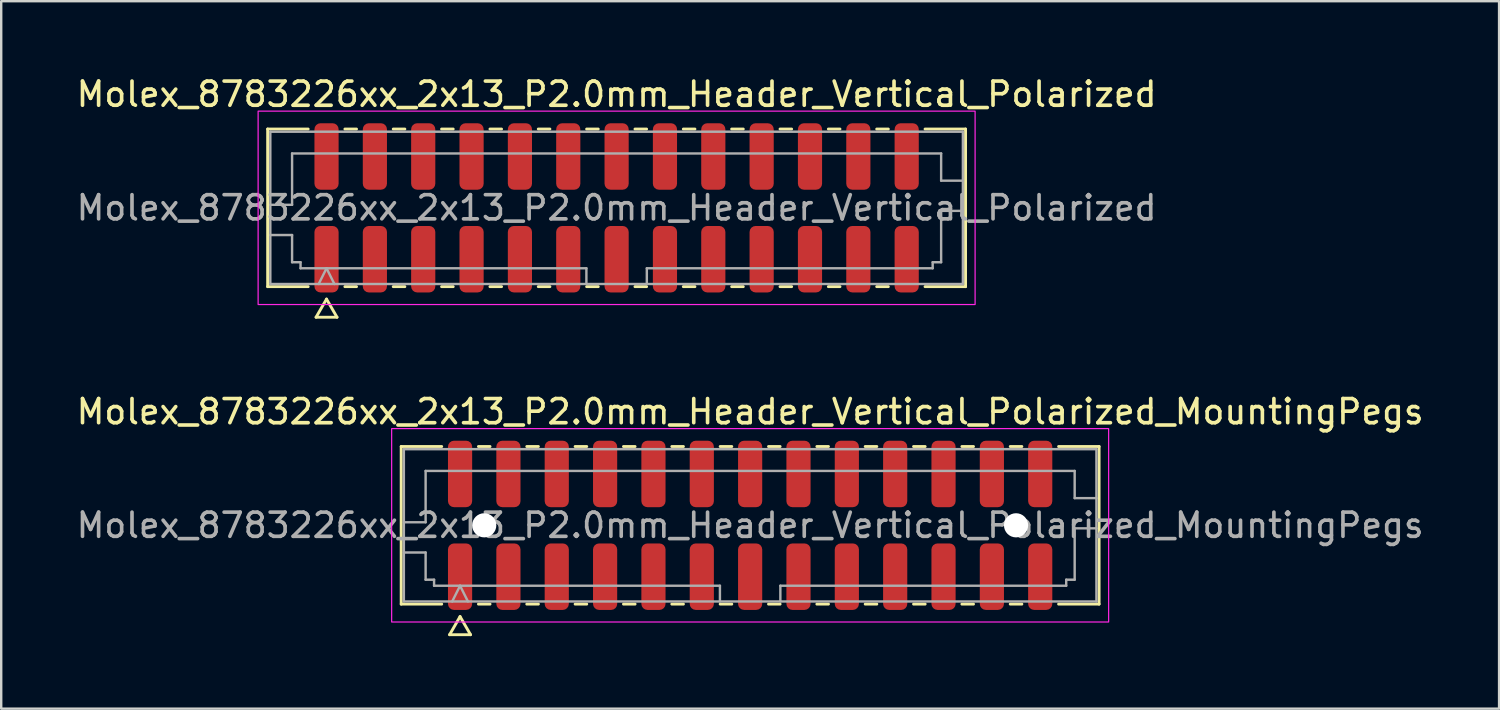
<source format=kicad_pcb>
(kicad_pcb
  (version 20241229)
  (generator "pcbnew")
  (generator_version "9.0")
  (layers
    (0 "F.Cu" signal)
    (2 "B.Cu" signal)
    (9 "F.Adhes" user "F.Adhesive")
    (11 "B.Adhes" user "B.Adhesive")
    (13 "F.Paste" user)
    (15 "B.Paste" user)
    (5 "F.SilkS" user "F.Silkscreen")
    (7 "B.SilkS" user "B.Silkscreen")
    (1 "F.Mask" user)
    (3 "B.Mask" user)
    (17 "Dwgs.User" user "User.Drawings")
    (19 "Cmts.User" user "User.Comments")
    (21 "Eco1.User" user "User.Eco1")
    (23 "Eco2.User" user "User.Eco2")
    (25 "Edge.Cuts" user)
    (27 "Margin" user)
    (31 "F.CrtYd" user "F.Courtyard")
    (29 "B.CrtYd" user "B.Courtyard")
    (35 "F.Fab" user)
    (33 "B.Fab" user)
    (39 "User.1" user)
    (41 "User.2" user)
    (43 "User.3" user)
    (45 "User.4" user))
  (footprint "Molex_8783226xx_2x13_P2.0mm_Header_Vertical_Polarized"
    (layer "F.Cu")
    (at 22.458 5.548)
    (property "Reference" "Molex_8783226xx_2x13_P2.0mm_Header_Vertical_Polarized" (at 0 -4.7 0) (layer "F.SilkS") (effects (font (size 1 1) (thickness 0.15))))
    (attr smd)
    (fp_line (start -14.435 -3.26) (end -12.76 -3.26) (stroke (width 0.12) (type solid)) (layer "F.SilkS"))
    (fp_line (start -14.435 3.26) (end -14.435 -3.26) (stroke (width 0.12) (type solid)) (layer "F.SilkS"))
    (fp_line (start -12.76 3.26) (end -14.435 3.26) (stroke (width 0.12) (type solid)) (layer "F.SilkS"))
    (fp_line (start -12.433 4.525) (end -12 3.775) (stroke (width 0.12) (type solid)) (layer "F.SilkS"))
    (fp_line (start -12 3.775) (end -11.567 4.525) (stroke (width 0.12) (type solid)) (layer "F.SilkS"))
    (fp_line (start -11.567 4.525) (end -12.433 4.525) (stroke (width 0.12) (type solid)) (layer "F.SilkS"))
    (fp_line (start -11.24 -3.26) (end -10.76 -3.26) (stroke (width 0.12) (type solid)) (layer "F.SilkS"))
    (fp_line (start -10.76 3.26) (end -11.24 3.26) (stroke (width 0.12) (type solid)) (layer "F.SilkS"))
    (fp_line (start -9.24 -3.26) (end -8.76 -3.26) (stroke (width 0.12) (type solid)) (layer "F.SilkS"))
    (fp_line (start -8.76 3.26) (end -9.24 3.26) (stroke (width 0.12) (type solid)) (layer "F.SilkS"))
    (fp_line (start -7.24 -3.26) (end -6.76 -3.26) (stroke (width 0.12) (type solid)) (layer "F.SilkS"))
    (fp_line (start -6.76 3.26) (end -7.24 3.26) (stroke (width 0.12) (type solid)) (layer "F.SilkS"))
    (fp_line (start -5.24 -3.26) (end -4.76 -3.26) (stroke (width 0.12) (type solid)) (layer "F.SilkS"))
    (fp_line (start -4.76 3.26) (end -5.24 3.26) (stroke (width 0.12) (type solid)) (layer "F.SilkS"))
    (fp_line (start -3.24 -3.26) (end -2.76 -3.26) (stroke (width 0.12) (type solid)) (layer "F.SilkS"))
    (fp_line (start -2.76 3.26) (end -3.24 3.26) (stroke (width 0.12) (type solid)) (layer "F.SilkS"))
    (fp_line (start -1.24 -3.26) (end -0.76 -3.26) (stroke (width 0.12) (type solid)) (layer "F.SilkS"))
    (fp_line (start -0.76 3.26) (end -1.24 3.26) (stroke (width 0.12) (type solid)) (layer "F.SilkS"))
    (fp_line (start 0.76 -3.26) (end 1.24 -3.26) (stroke (width 0.12) (type solid)) (layer "F.SilkS"))
    (fp_line (start 1.24 3.26) (end 0.76 3.26) (stroke (width 0.12) (type solid)) (layer "F.SilkS"))
    (fp_line (start 2.76 -3.26) (end 3.24 -3.26) (stroke (width 0.12) (type solid)) (layer "F.SilkS"))
    (fp_line (start 3.24 3.26) (end 2.76 3.26) (stroke (width 0.12) (type solid)) (layer "F.SilkS"))
    (fp_line (start 4.76 -3.26) (end 5.24 -3.26) (stroke (width 0.12) (type solid)) (layer "F.SilkS"))
    (fp_line (start 5.24 3.26) (end 4.76 3.26) (stroke (width 0.12) (type solid)) (layer "F.SilkS"))
    (fp_line (start 6.76 -3.26) (end 7.24 -3.26) (stroke (width 0.12) (type solid)) (layer "F.SilkS"))
    (fp_line (start 7.24 3.26) (end 6.76 3.26) (stroke (width 0.12) (type solid)) (layer "F.SilkS"))
    (fp_line (start 8.76 -3.26) (end 9.24 -3.26) (stroke (width 0.12) (type solid)) (layer "F.SilkS"))
    (fp_line (start 9.24 3.26) (end 8.76 3.26) (stroke (width 0.12) (type solid)) (layer "F.SilkS"))
    (fp_line (start 10.76 -3.26) (end 11.24 -3.26) (stroke (width 0.12) (type solid)) (layer "F.SilkS"))
    (fp_line (start 11.24 3.26) (end 10.76 3.26) (stroke (width 0.12) (type solid)) (layer "F.SilkS"))
    (fp_line (start 12.76 -3.26) (end 14.435 -3.26) (stroke (width 0.12) (type solid)) (layer "F.SilkS"))
    (fp_line (start 14.435 -3.26) (end 14.435 3.26) (stroke (width 0.12) (type solid)) (layer "F.SilkS"))
    (fp_line (start 14.435 3.26) (end 12.76 3.26) (stroke (width 0.12) (type solid)) (layer "F.SilkS"))
    (fp_rect (start -14.83 -4) (end 14.83 4) (stroke (width 0.05) (type solid)) (fill no) (layer "F.CrtYd"))
    (fp_line (start -14.325 -3.15) (end 14.325 -3.15) (stroke (width 0.1) (type solid)) (layer "F.Fab"))
    (fp_line (start -14.325 -0.125) (end -13.425 -0.125) (stroke (width 0.1) (type solid)) (layer "F.Fab"))
    (fp_line (start -14.325 1.125) (end -13.425 1.125) (stroke (width 0.1) (type solid)) (layer "F.Fab"))
    (fp_line (start -14.325 3.15) (end -14.325 -3.15) (stroke (width 0.1) (type solid)) (layer "F.Fab"))
    (fp_line (start -13.425 -2.25) (end 13.425 -2.25) (stroke (width 0.1) (type solid)) (layer "F.Fab"))
    (fp_line (start -13.425 -0.125) (end -13.425 -2.25) (stroke (width 0.1) (type solid)) (layer "F.Fab"))
    (fp_line (start -13.425 1.125) (end -13.425 2.25) (stroke (width 0.1) (type solid)) (layer "F.Fab"))
    (fp_line (start -13.425 2.25) (end -13.075 2.25) (stroke (width 0.1) (type solid)) (layer "F.Fab"))
    (fp_line (start -13.075 2.25) (end -13.075 2.5) (stroke (width 0.1) (type solid)) (layer "F.Fab"))
    (fp_line (start -13.075 2.5) (end -1.25 2.5) (stroke (width 0.1) (type solid)) (layer "F.Fab"))
    (fp_line (start -12.325 3.15) (end -12 2.5) (stroke (width 0.1) (type solid)) (layer "F.Fab"))
    (fp_line (start -12 2.5) (end -11.675 3.15) (stroke (width 0.1) (type solid)) (layer "F.Fab"))
    (fp_line (start -1.25 2.5) (end -1.25 3.15) (stroke (width 0.1) (type solid)) (layer "F.Fab"))
    (fp_line (start 1.25 2.5) (end 1.25 3.15) (stroke (width 0.1) (type solid)) (layer "F.Fab"))
    (fp_line (start 1.25 2.5) (end 13.075 2.5) (stroke (width 0.1) (type solid)) (layer "F.Fab"))
    (fp_line (start 13.075 2.25) (end 13.425 2.25) (stroke (width 0.1) (type solid)) (layer "F.Fab"))
    (fp_line (start 13.075 2.5) (end 13.075 2.25) (stroke (width 0.1) (type solid)) (layer "F.Fab"))
    (fp_line (start 13.425 -2.25) (end 13.425 -1.125) (stroke (width 0.1) (type solid)) (layer "F.Fab"))
    (fp_line (start 13.425 -1.125) (end 14.325 -1.125) (stroke (width 0.1) (type solid)) (layer "F.Fab"))
    (fp_line (start 13.425 0.125) (end 14.325 0.125) (stroke (width 0.1) (type solid)) (layer "F.Fab"))
    (fp_line (start 13.425 2.25) (end 13.425 0.125) (stroke (width 0.1) (type solid)) (layer "F.Fab"))
    (fp_line (start 14.325 -3.15) (end 14.325 3.15) (stroke (width 0.1) (type solid)) (layer "F.Fab"))
    (fp_line (start 14.325 3.15) (end -14.325 3.15) (stroke (width 0.1) (type solid)) (layer "F.Fab"))
    (fp_text user "${REFERENCE}" (at 0 0 0) (layer "F.Fab") (effects (font (size 1 1) (thickness 0.15))))
    (pad "1" smd roundrect (at -12 2.125) (size 1 2.75) (layers "F.Cu" "F.Mask" "F.Paste") (roundrect_rratio 0.25))
    (pad "2" smd roundrect (at -12 -2.125) (size 1 2.75) (layers "F.Cu" "F.Mask" "F.Paste") (roundrect_rratio 0.25))
    (pad "3" smd roundrect (at -10 2.125) (size 1 2.75) (layers "F.Cu" "F.Mask" "F.Paste") (roundrect_rratio 0.25))
    (pad "4" smd roundrect (at -10 -2.125) (size 1 2.75) (layers "F.Cu" "F.Mask" "F.Paste") (roundrect_rratio 0.25))
    (pad "5" smd roundrect (at -8 2.125) (size 1 2.75) (layers "F.Cu" "F.Mask" "F.Paste") (roundrect_rratio 0.25))
    (pad "6" smd roundrect (at -8 -2.125) (size 1 2.75) (layers "F.Cu" "F.Mask" "F.Paste") (roundrect_rratio 0.25))
    (pad "7" smd roundrect (at -6 2.125) (size 1 2.75) (layers "F.Cu" "F.Mask" "F.Paste") (roundrect_rratio 0.25))
    (pad "8" smd roundrect (at -6 -2.125) (size 1 2.75) (layers "F.Cu" "F.Mask" "F.Paste") (roundrect_rratio 0.25))
    (pad "9" smd roundrect (at -4 2.125) (size 1 2.75) (layers "F.Cu" "F.Mask" "F.Paste") (roundrect_rratio 0.25))
    (pad "10" smd roundrect (at -4 -2.125) (size 1 2.75) (layers "F.Cu" "F.Mask" "F.Paste") (roundrect_rratio 0.25))
    (pad "11" smd roundrect (at -2 2.125) (size 1 2.75) (layers "F.Cu" "F.Mask" "F.Paste") (roundrect_rratio 0.25))
    (pad "12" smd roundrect (at -2 -2.125) (size 1 2.75) (layers "F.Cu" "F.Mask" "F.Paste") (roundrect_rratio 0.25))
    (pad "13" smd roundrect (at 0 2.125) (size 1 2.75) (layers "F.Cu" "F.Mask" "F.Paste") (roundrect_rratio 0.25))
    (pad "14" smd roundrect (at 0 -2.125) (size 1 2.75) (layers "F.Cu" "F.Mask" "F.Paste") (roundrect_rratio 0.25))
    (pad "15" smd roundrect (at 2 2.125) (size 1 2.75) (layers "F.Cu" "F.Mask" "F.Paste") (roundrect_rratio 0.25))
    (pad "16" smd roundrect (at 2 -2.125) (size 1 2.75) (layers "F.Cu" "F.Mask" "F.Paste") (roundrect_rratio 0.25))
    (pad "17" smd roundrect (at 4 2.125) (size 1 2.75) (layers "F.Cu" "F.Mask" "F.Paste") (roundrect_rratio 0.25))
    (pad "18" smd roundrect (at 4 -2.125) (size 1 2.75) (layers "F.Cu" "F.Mask" "F.Paste") (roundrect_rratio 0.25))
    (pad "19" smd roundrect (at 6 2.125) (size 1 2.75) (layers "F.Cu" "F.Mask" "F.Paste") (roundrect_rratio 0.25))
    (pad "20" smd roundrect (at 6 -2.125) (size 1 2.75) (layers "F.Cu" "F.Mask" "F.Paste") (roundrect_rratio 0.25))
    (pad "21" smd roundrect (at 8 2.125) (size 1 2.75) (layers "F.Cu" "F.Mask" "F.Paste") (roundrect_rratio 0.25))
    (pad "22" smd roundrect (at 8 -2.125) (size 1 2.75) (layers "F.Cu" "F.Mask" "F.Paste") (roundrect_rratio 0.25))
    (pad "23" smd roundrect (at 10 2.125) (size 1 2.75) (layers "F.Cu" "F.Mask" "F.Paste") (roundrect_rratio 0.25))
    (pad "24" smd roundrect (at 10 -2.125) (size 1 2.75) (layers "F.Cu" "F.Mask" "F.Paste") (roundrect_rratio 0.25))
    (pad "25" smd roundrect (at 12 2.125) (size 1 2.75) (layers "F.Cu" "F.Mask" "F.Paste") (roundrect_rratio 0.25))
    (pad "26" smd roundrect (at 12 -2.125) (size 1 2.75) (layers "F.Cu" "F.Mask" "F.Paste") (roundrect_rratio 0.25)))
  (footprint "Molex_8783226xx_2x13_P2.0mm_Header_Vertical_Polarized_MountingPegs"
    (layer "F.Cu")
    (at 27.982 18.681)
    (property "Reference" "Molex_8783226xx_2x13_P2.0mm_Header_Vertical_Polarized_MountingPegs" (at 0 -4.7 0) (layer "F.SilkS") (effects (font (size 1 1) (thickness 0.15))))
    (attr smd)
    (fp_line (start -14.435 -3.26) (end -12.76 -3.26) (stroke (width 0.12) (type solid)) (layer "F.SilkS"))
    (fp_line (start -14.435 3.26) (end -14.435 -3.26) (stroke (width 0.12) (type solid)) (layer "F.SilkS"))
    (fp_line (start -12.76 3.26) (end -14.435 3.26) (stroke (width 0.12) (type solid)) (layer "F.SilkS"))
    (fp_line (start -12.433 4.525) (end -12 3.775) (stroke (width 0.12) (type solid)) (layer "F.SilkS"))
    (fp_line (start -12 3.775) (end -11.567 4.525) (stroke (width 0.12) (type solid)) (layer "F.SilkS"))
    (fp_line (start -11.567 4.525) (end -12.433 4.525) (stroke (width 0.12) (type solid)) (layer "F.SilkS"))
    (fp_line (start -11.24 -3.26) (end -10.76 -3.26) (stroke (width 0.12) (type solid)) (layer "F.SilkS"))
    (fp_line (start -10.76 3.26) (end -11.24 3.26) (stroke (width 0.12) (type solid)) (layer "F.SilkS"))
    (fp_line (start -9.24 -3.26) (end -8.76 -3.26) (stroke (width 0.12) (type solid)) (layer "F.SilkS"))
    (fp_line (start -8.76 3.26) (end -9.24 3.26) (stroke (width 0.12) (type solid)) (layer "F.SilkS"))
    (fp_line (start -7.24 -3.26) (end -6.76 -3.26) (stroke (width 0.12) (type solid)) (layer "F.SilkS"))
    (fp_line (start -6.76 3.26) (end -7.24 3.26) (stroke (width 0.12) (type solid)) (layer "F.SilkS"))
    (fp_line (start -5.24 -3.26) (end -4.76 -3.26) (stroke (width 0.12) (type solid)) (layer "F.SilkS"))
    (fp_line (start -4.76 3.26) (end -5.24 3.26) (stroke (width 0.12) (type solid)) (layer "F.SilkS"))
    (fp_line (start -3.24 -3.26) (end -2.76 -3.26) (stroke (width 0.12) (type solid)) (layer "F.SilkS"))
    (fp_line (start -2.76 3.26) (end -3.24 3.26) (stroke (width 0.12) (type solid)) (layer "F.SilkS"))
    (fp_line (start -1.24 -3.26) (end -0.76 -3.26) (stroke (width 0.12) (type solid)) (layer "F.SilkS"))
    (fp_line (start -0.76 3.26) (end -1.24 3.26) (stroke (width 0.12) (type solid)) (layer "F.SilkS"))
    (fp_line (start 0.76 -3.26) (end 1.24 -3.26) (stroke (width 0.12) (type solid)) (layer "F.SilkS"))
    (fp_line (start 1.24 3.26) (end 0.76 3.26) (stroke (width 0.12) (type solid)) (layer "F.SilkS"))
    (fp_line (start 2.76 -3.26) (end 3.24 -3.26) (stroke (width 0.12) (type solid)) (layer "F.SilkS"))
    (fp_line (start 3.24 3.26) (end 2.76 3.26) (stroke (width 0.12) (type solid)) (layer "F.SilkS"))
    (fp_line (start 4.76 -3.26) (end 5.24 -3.26) (stroke (width 0.12) (type solid)) (layer "F.SilkS"))
    (fp_line (start 5.24 3.26) (end 4.76 3.26) (stroke (width 0.12) (type solid)) (layer "F.SilkS"))
    (fp_line (start 6.76 -3.26) (end 7.24 -3.26) (stroke (width 0.12) (type solid)) (layer "F.SilkS"))
    (fp_line (start 7.24 3.26) (end 6.76 3.26) (stroke (width 0.12) (type solid)) (layer "F.SilkS"))
    (fp_line (start 8.76 -3.26) (end 9.24 -3.26) (stroke (width 0.12) (type solid)) (layer "F.SilkS"))
    (fp_line (start 9.24 3.26) (end 8.76 3.26) (stroke (width 0.12) (type solid)) (layer "F.SilkS"))
    (fp_line (start 10.76 -3.26) (end 11.24 -3.26) (stroke (width 0.12) (type solid)) (layer "F.SilkS"))
    (fp_line (start 11.24 3.26) (end 10.76 3.26) (stroke (width 0.12) (type solid)) (layer "F.SilkS"))
    (fp_line (start 12.76 -3.26) (end 14.435 -3.26) (stroke (width 0.12) (type solid)) (layer "F.SilkS"))
    (fp_line (start 14.435 -3.26) (end 14.435 3.26) (stroke (width 0.12) (type solid)) (layer "F.SilkS"))
    (fp_line (start 14.435 3.26) (end 12.76 3.26) (stroke (width 0.12) (type solid)) (layer "F.SilkS"))
    (fp_rect (start -14.83 -4) (end 14.83 4) (stroke (width 0.05) (type solid)) (fill no) (layer "F.CrtYd"))
    (fp_line (start -14.325 -3.15) (end 14.325 -3.15) (stroke (width 0.1) (type solid)) (layer "F.Fab"))
    (fp_line (start -14.325 -0.125) (end -13.425 -0.125) (stroke (width 0.1) (type solid)) (layer "F.Fab"))
    (fp_line (start -14.325 1.125) (end -13.425 1.125) (stroke (width 0.1) (type solid)) (layer "F.Fab"))
    (fp_line (start -14.325 3.15) (end -14.325 -3.15) (stroke (width 0.1) (type solid)) (layer "F.Fab"))
    (fp_line (start -13.425 -2.25) (end 13.425 -2.25) (stroke (width 0.1) (type solid)) (layer "F.Fab"))
    (fp_line (start -13.425 -0.125) (end -13.425 -2.25) (stroke (width 0.1) (type solid)) (layer "F.Fab"))
    (fp_line (start -13.425 1.125) (end -13.425 2.25) (stroke (width 0.1) (type solid)) (layer "F.Fab"))
    (fp_line (start -13.425 2.25) (end -13.075 2.25) (stroke (width 0.1) (type solid)) (layer "F.Fab"))
    (fp_line (start -13.075 2.25) (end -13.075 2.5) (stroke (width 0.1) (type solid)) (layer "F.Fab"))
    (fp_line (start -13.075 2.5) (end -1.25 2.5) (stroke (width 0.1) (type solid)) (layer "F.Fab"))
    (fp_line (start -12.325 3.15) (end -12 2.5) (stroke (width 0.1) (type solid)) (layer "F.Fab"))
    (fp_line (start -12 2.5) (end -11.675 3.15) (stroke (width 0.1) (type solid)) (layer "F.Fab"))
    (fp_line (start -1.25 2.5) (end -1.25 3.15) (stroke (width 0.1) (type solid)) (layer "F.Fab"))
    (fp_line (start 1.25 2.5) (end 1.25 3.15) (stroke (width 0.1) (type solid)) (layer "F.Fab"))
    (fp_line (start 1.25 2.5) (end 13.075 2.5) (stroke (width 0.1) (type solid)) (layer "F.Fab"))
    (fp_line (start 13.075 2.25) (end 13.425 2.25) (stroke (width 0.1) (type solid)) (layer "F.Fab"))
    (fp_line (start 13.075 2.5) (end 13.075 2.25) (stroke (width 0.1) (type solid)) (layer "F.Fab"))
    (fp_line (start 13.425 -2.25) (end 13.425 -1.125) (stroke (width 0.1) (type solid)) (layer "F.Fab"))
    (fp_line (start 13.425 -1.125) (end 14.325 -1.125) (stroke (width 0.1) (type solid)) (layer "F.Fab"))
    (fp_line (start 13.425 0.125) (end 14.325 0.125) (stroke (width 0.1) (type solid)) (layer "F.Fab"))
    (fp_line (start 13.425 2.25) (end 13.425 0.125) (stroke (width 0.1) (type solid)) (layer "F.Fab"))
    (fp_line (start 14.325 -3.15) (end 14.325 3.15) (stroke (width 0.1) (type solid)) (layer "F.Fab"))
    (fp_line (start 14.325 3.15) (end -14.325 3.15) (stroke (width 0.1) (type solid)) (layer "F.Fab"))
    (fp_text user "${REFERENCE}" (at 0 0 0) (layer "F.Fab") (effects (font (size 1 1) (thickness 0.15))))
    (pad "" np_thru_hole circle (at -11 0) (size 1 1) (drill 1) (layers "*.Cu" "*.Mask"))
    (pad "" np_thru_hole circle (at 11 0) (size 1 1) (drill 1) (layers "*.Cu" "*.Mask"))
    (pad "1" smd roundrect (at -12 2.125) (size 1 2.75) (layers "F.Cu" "F.Mask" "F.Paste") (roundrect_rratio 0.25))
    (pad "2" smd roundrect (at -12 -2.125) (size 1 2.75) (layers "F.Cu" "F.Mask" "F.Paste") (roundrect_rratio 0.25))
    (pad "3" smd roundrect (at -10 2.125) (size 1 2.75) (layers "F.Cu" "F.Mask" "F.Paste") (roundrect_rratio 0.25))
    (pad "4" smd roundrect (at -10 -2.125) (size 1 2.75) (layers "F.Cu" "F.Mask" "F.Paste") (roundrect_rratio 0.25))
    (pad "5" smd roundrect (at -8 2.125) (size 1 2.75) (layers "F.Cu" "F.Mask" "F.Paste") (roundrect_rratio 0.25))
    (pad "6" smd roundrect (at -8 -2.125) (size 1 2.75) (layers "F.Cu" "F.Mask" "F.Paste") (roundrect_rratio 0.25))
    (pad "7" smd roundrect (at -6 2.125) (size 1 2.75) (layers "F.Cu" "F.Mask" "F.Paste") (roundrect_rratio 0.25))
    (pad "8" smd roundrect (at -6 -2.125) (size 1 2.75) (layers "F.Cu" "F.Mask" "F.Paste") (roundrect_rratio 0.25))
    (pad "9" smd roundrect (at -4 2.125) (size 1 2.75) (layers "F.Cu" "F.Mask" "F.Paste") (roundrect_rratio 0.25))
    (pad "10" smd roundrect (at -4 -2.125) (size 1 2.75) (layers "F.Cu" "F.Mask" "F.Paste") (roundrect_rratio 0.25))
    (pad "11" smd roundrect (at -2 2.125) (size 1 2.75) (layers "F.Cu" "F.Mask" "F.Paste") (roundrect_rratio 0.25))
    (pad "12" smd roundrect (at -2 -2.125) (size 1 2.75) (layers "F.Cu" "F.Mask" "F.Paste") (roundrect_rratio 0.25))
    (pad "13" smd roundrect (at 0 2.125) (size 1 2.75) (layers "F.Cu" "F.Mask" "F.Paste") (roundrect_rratio 0.25))
    (pad "14" smd roundrect (at 0 -2.125) (size 1 2.75) (layers "F.Cu" "F.Mask" "F.Paste") (roundrect_rratio 0.25))
    (pad "15" smd roundrect (at 2 2.125) (size 1 2.75) (layers "F.Cu" "F.Mask" "F.Paste") (roundrect_rratio 0.25))
    (pad "16" smd roundrect (at 2 -2.125) (size 1 2.75) (layers "F.Cu" "F.Mask" "F.Paste") (roundrect_rratio 0.25))
    (pad "17" smd roundrect (at 4 2.125) (size 1 2.75) (layers "F.Cu" "F.Mask" "F.Paste") (roundrect_rratio 0.25))
    (pad "18" smd roundrect (at 4 -2.125) (size 1 2.75) (layers "F.Cu" "F.Mask" "F.Paste") (roundrect_rratio 0.25))
    (pad "19" smd roundrect (at 6 2.125) (size 1 2.75) (layers "F.Cu" "F.Mask" "F.Paste") (roundrect_rratio 0.25))
    (pad "20" smd roundrect (at 6 -2.125) (size 1 2.75) (layers "F.Cu" "F.Mask" "F.Paste") (roundrect_rratio 0.25))
    (pad "21" smd roundrect (at 8 2.125) (size 1 2.75) (layers "F.Cu" "F.Mask" "F.Paste") (roundrect_rratio 0.25))
    (pad "22" smd roundrect (at 8 -2.125) (size 1 2.75) (layers "F.Cu" "F.Mask" "F.Paste") (roundrect_rratio 0.25))
    (pad "23" smd roundrect (at 10 2.125) (size 1 2.75) (layers "F.Cu" "F.Mask" "F.Paste") (roundrect_rratio 0.25))
    (pad "24" smd roundrect (at 10 -2.125) (size 1 2.75) (layers "F.Cu" "F.Mask" "F.Paste") (roundrect_rratio 0.25))
    (pad "25" smd roundrect (at 12 2.125) (size 1 2.75) (layers "F.Cu" "F.Mask" "F.Paste") (roundrect_rratio 0.25))
    (pad "26" smd roundrect (at 12 -2.125) (size 1 2.75) (layers "F.Cu" "F.Mask" "F.Paste") (roundrect_rratio 0.25)))
  (gr_rect
    (start -3 -3)
    (end 58.964 26.267)
    (stroke (width 0.1) (type default))
    (fill no)
    (layer "Edge.Cuts")))
</source>
